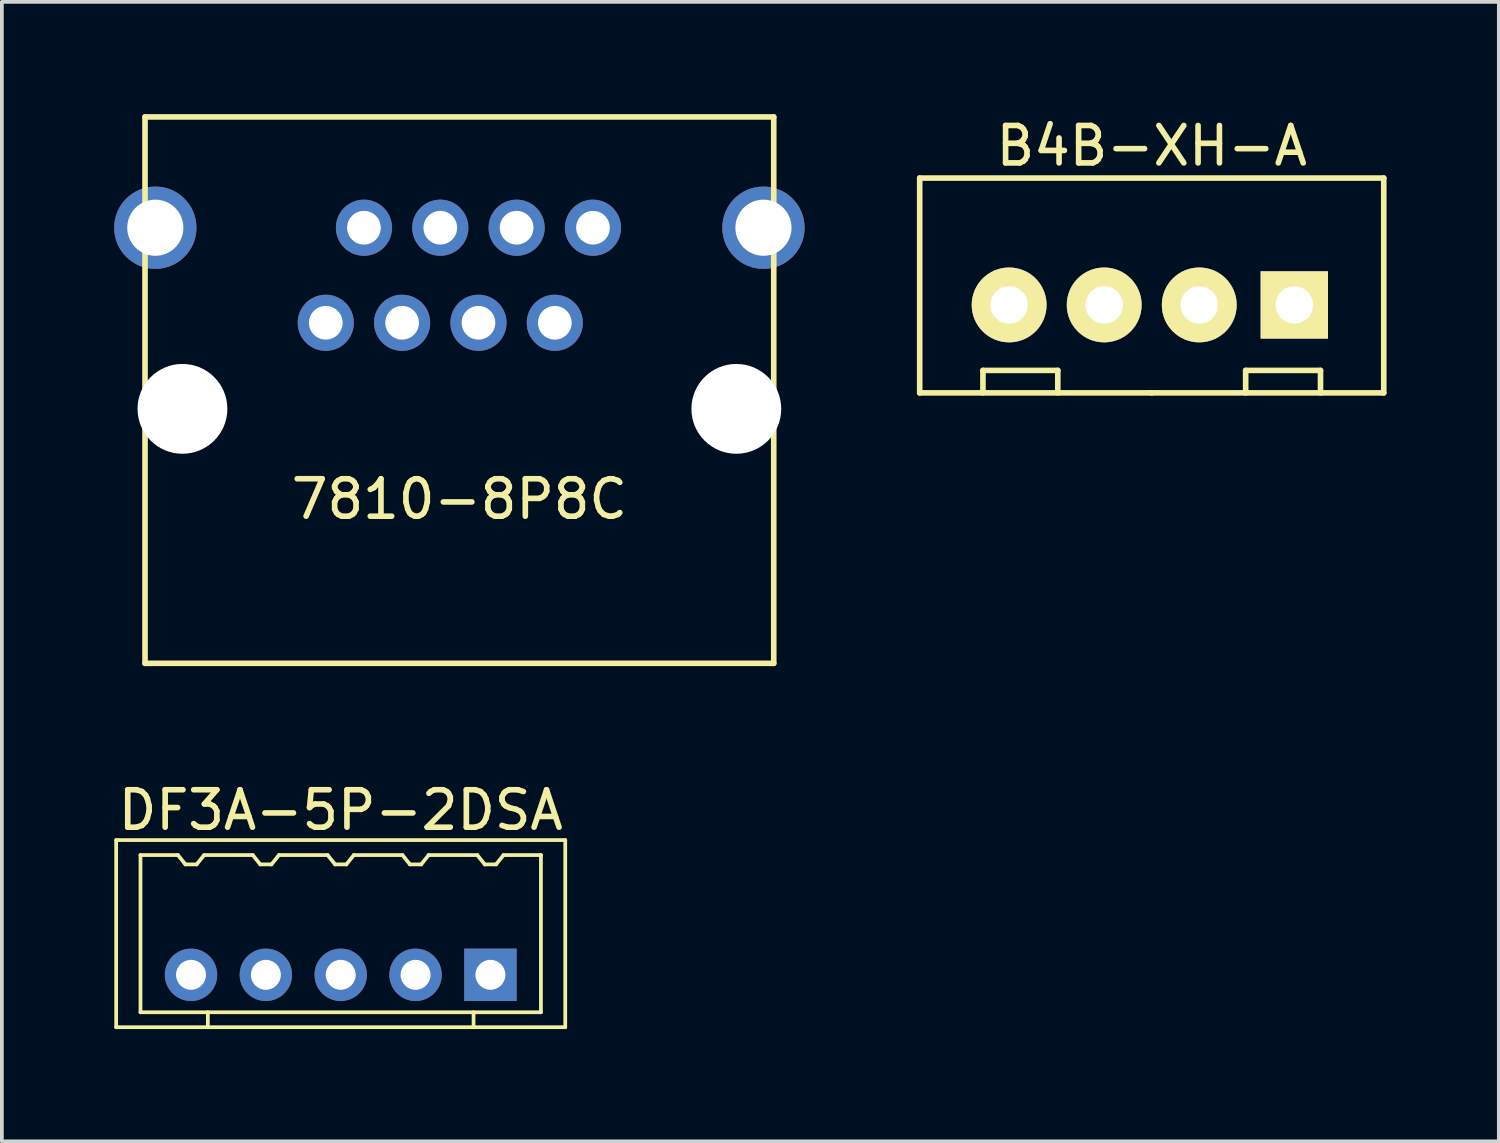
<source format=kicad_pcb>
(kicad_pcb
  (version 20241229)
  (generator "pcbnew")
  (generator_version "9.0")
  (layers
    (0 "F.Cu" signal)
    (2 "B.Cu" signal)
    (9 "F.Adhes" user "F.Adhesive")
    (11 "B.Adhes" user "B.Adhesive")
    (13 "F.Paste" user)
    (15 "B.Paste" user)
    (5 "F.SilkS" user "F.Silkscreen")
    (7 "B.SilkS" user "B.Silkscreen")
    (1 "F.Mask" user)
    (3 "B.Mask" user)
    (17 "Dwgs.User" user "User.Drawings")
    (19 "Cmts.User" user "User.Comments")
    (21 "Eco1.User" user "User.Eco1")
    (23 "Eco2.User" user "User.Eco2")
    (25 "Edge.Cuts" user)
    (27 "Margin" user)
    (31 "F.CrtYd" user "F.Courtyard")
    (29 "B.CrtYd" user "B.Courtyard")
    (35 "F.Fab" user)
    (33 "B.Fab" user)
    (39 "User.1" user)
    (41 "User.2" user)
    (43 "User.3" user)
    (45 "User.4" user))
  (footprint "7810-8P8C"
    (layer "F.Cu")
    (at 9.225 7.875)
    (property "Reference" "7810-8P8C" (at 0 2.413 0) (layer "F.SilkS") (effects (font (size 1 1) (thickness 0.15))))
    (attr through_hole)
    (fp_line (start -8.4 -7.8) (end -8.4 6.8) (stroke (width 0.15) (type solid)) (layer "F.SilkS"))
    (fp_line (start -8.4 6.8) (end 8.4 6.8) (stroke (width 0.15) (type solid)) (layer "F.SilkS"))
    (fp_line (start 8.4 -7.8) (end -8.4 -7.8) (stroke (width 0.15) (type solid)) (layer "F.SilkS"))
    (fp_line (start 8.4 6.8) (end 8.4 -7.8) (stroke (width 0.15) (type solid)) (layer "F.SilkS"))
    (pad "" np_thru_hole circle (at -7.4 0) (size 2.4 2.4) (drill 2.4) (layers "*.Cu" "*.Mask"))
    (pad "" np_thru_hole circle (at 7.4 0) (size 2.4 2.4) (drill 2.4) (layers "*.Cu" "*.Mask"))
    (pad "1" thru_hole circle (at -3.57 -2.3) (size 1.5 1.5) (drill 0.9) (layers "*.Cu" "*.Mask"))
    (pad "2" thru_hole circle (at -2.55 -4.84) (size 1.5 1.5) (drill 0.9) (layers "*.Cu" "*.Mask"))
    (pad "3" thru_hole circle (at -1.53 -2.3) (size 1.5 1.5) (drill 0.9) (layers "*.Cu" "*.Mask"))
    (pad "4" thru_hole circle (at -0.51 -4.84) (size 1.5 1.5) (drill 0.9) (layers "*.Cu" "*.Mask"))
    (pad "5" thru_hole circle (at 0.51 -2.3) (size 1.5 1.5) (drill 0.9) (layers "*.Cu" "*.Mask"))
    (pad "6" thru_hole circle (at 1.53 -4.84) (size 1.5 1.5) (drill 0.9) (layers "*.Cu" "*.Mask"))
    (pad "7" thru_hole circle (at 2.55 -2.3) (size 1.5 1.5) (drill 0.9) (layers "*.Cu" "*.Mask"))
    (pad "8" thru_hole circle (at 3.57 -4.84) (size 1.5 1.5) (drill 0.9) (layers "*.Cu" "*.Mask"))
    (pad "9" thru_hole circle (at -8.125 -4.84) (size 2.2 2.2) (drill 1.5) (layers "*.Cu" "*.Mask"))
    (pad "9" thru_hole circle (at 8.125 -4.84) (size 2.2 2.2) (drill 1.5) (layers "*.Cu" "*.Mask")))
  (footprint "DF3A-5P-2DSA"
    (layer "F.Cu")
    (at 6.054 22.998)
    (property "Reference" "DF3A-5P-2DSA" (at 0 -4.4 0) (layer "F.SilkS") (effects (font (size 1 1) (thickness 0.15))))
    (attr through_hole)
    (fp_line (start -6 -3.6) (end 6 -3.6) (stroke (width 0.1) (type solid)) (layer "F.SilkS"))
    (fp_line (start -6 1.4) (end -6 -3.6) (stroke (width 0.1) (type solid)) (layer "F.SilkS"))
    (fp_line (start -6 1.4) (end 6 1.4) (stroke (width 0.1) (type solid)) (layer "F.SilkS"))
    (fp_line (start -5.35 -3.2) (end -5.35 1) (stroke (width 0.1) (type solid)) (layer "F.SilkS"))
    (fp_line (start -5.35 1) (end 5.35 1) (stroke (width 0.1) (type solid)) (layer "F.SilkS"))
    (fp_line (start -4.35 -3.2) (end -5.35 -3.2) (stroke (width 0.1) (type solid)) (layer "F.SilkS"))
    (fp_line (start -4.35 -3.2) (end -4.15 -2.95) (stroke (width 0.1) (type solid)) (layer "F.SilkS"))
    (fp_line (start -4.15 -2.95) (end -3.85 -2.95) (stroke (width 0.1) (type solid)) (layer "F.SilkS"))
    (fp_line (start -3.85 -2.95) (end -3.65 -3.2) (stroke (width 0.1) (type solid)) (layer "F.SilkS"))
    (fp_line (start -3.55 1) (end -3.55 1.4) (stroke (width 0.1) (type solid)) (layer "F.SilkS"))
    (fp_line (start -2.35 -3.2) (end -3.65 -3.2) (stroke (width 0.1) (type solid)) (layer "F.SilkS"))
    (fp_line (start -2.35 -3.2) (end -2.15 -2.95) (stroke (width 0.1) (type solid)) (layer "F.SilkS"))
    (fp_line (start -2.15 -2.95) (end -1.85 -2.95) (stroke (width 0.1) (type solid)) (layer "F.SilkS"))
    (fp_line (start -1.85 -2.95) (end -1.65 -3.2) (stroke (width 0.1) (type solid)) (layer "F.SilkS"))
    (fp_line (start -0.35 -3.2) (end -1.65 -3.2) (stroke (width 0.1) (type solid)) (layer "F.SilkS"))
    (fp_line (start -0.35 -3.2) (end -0.15 -2.95) (stroke (width 0.1) (type solid)) (layer "F.SilkS"))
    (fp_line (start -0.15 -2.95) (end 0.15 -2.95) (stroke (width 0.1) (type solid)) (layer "F.SilkS"))
    (fp_line (start 0.15 -2.95) (end 0.35 -3.2) (stroke (width 0.1) (type solid)) (layer "F.SilkS"))
    (fp_line (start 1.65 -3.2) (end 0.35 -3.2) (stroke (width 0.1) (type solid)) (layer "F.SilkS"))
    (fp_line (start 1.65 -3.2) (end 1.85 -2.95) (stroke (width 0.1) (type solid)) (layer "F.SilkS"))
    (fp_line (start 1.85 -2.95) (end 2.15 -2.95) (stroke (width 0.1) (type solid)) (layer "F.SilkS"))
    (fp_line (start 2.15 -2.95) (end 2.35 -3.2) (stroke (width 0.1) (type solid)) (layer "F.SilkS"))
    (fp_line (start 3.55 1) (end 3.55 1.4) (stroke (width 0.1) (type solid)) (layer "F.SilkS"))
    (fp_line (start 3.65 -3.2) (end 2.35 -3.2) (stroke (width 0.1) (type solid)) (layer "F.SilkS"))
    (fp_line (start 3.65 -3.2) (end 3.85 -2.95) (stroke (width 0.1) (type solid)) (layer "F.SilkS"))
    (fp_line (start 3.85 -2.95) (end 4.15 -2.95) (stroke (width 0.1) (type solid)) (layer "F.SilkS"))
    (fp_line (start 4.15 -2.95) (end 4.35 -3.2) (stroke (width 0.1) (type solid)) (layer "F.SilkS"))
    (fp_line (start 5.35 -3.2) (end 4.35 -3.2) (stroke (width 0.1) (type solid)) (layer "F.SilkS"))
    (fp_line (start 5.35 1) (end 5.35 -3.2) (stroke (width 0.1) (type solid)) (layer "F.SilkS"))
    (fp_line (start 6 1.4) (end 6 -3.6) (stroke (width 0.1) (type solid)) (layer "F.SilkS"))
    (pad "1" thru_hole rect (at 4 0) (size 1.4 1.4) (drill 0.8) (layers "*.Cu" "*.Mask"))
    (pad "2" thru_hole circle (at 2 0) (size 1.4 1.4) (drill 0.8) (layers "*.Cu" "*.Mask"))
    (pad "3" thru_hole circle (at 0 0) (size 1.4 1.4) (drill 0.8) (layers "*.Cu" "*.Mask"))
    (pad "4" thru_hole circle (at -2 0) (size 1.4 1.4) (drill 0.8) (layers "*.Cu" "*.Mask"))
    (pad "5" thru_hole circle (at -4 0) (size 1.4 1.4) (drill 0.8) (layers "*.Cu" "*.Mask")))
  (footprint "B4B-XH-A"
    (layer "F.Cu")
    (at 27.725 5.098)
    (property "Reference" "B4B-XH-A" (at 0 -4.25 0) (layer "F.SilkS") (effects (font (size 1 1) (thickness 0.15))))
    (attr through_hole)
    (fp_line (start -6.2 -3.39) (end 6.2 -3.39) (stroke (width 0.15) (type solid)) (layer "F.SilkS"))
    (fp_line (start -6.2 2.35) (end -6.2 -3.39) (stroke (width 0.15) (type solid)) (layer "F.SilkS"))
    (fp_line (start -4.51 1.75) (end -2.51 1.75) (stroke (width 0.15) (type solid)) (layer "F.SilkS"))
    (fp_line (start -4.51 2.35) (end -4.51 1.75) (stroke (width 0.15) (type solid)) (layer "F.SilkS"))
    (fp_line (start -2.51 1.75) (end -2.51 2.35) (stroke (width 0.15) (type solid)) (layer "F.SilkS"))
    (fp_line (start 0 2.35) (end -6.2 2.35) (stroke (width 0.15) (type solid)) (layer "F.SilkS"))
    (fp_line (start 0 2.35) (end 6.2 2.35) (stroke (width 0.15) (type solid)) (layer "F.SilkS"))
    (fp_line (start 2.51 1.75) (end 2.51 2.35) (stroke (width 0.15) (type solid)) (layer "F.SilkS"))
    (fp_line (start 4.51 1.75) (end 2.51 1.75) (stroke (width 0.15) (type solid)) (layer "F.SilkS"))
    (fp_line (start 4.51 2.35) (end 4.51 1.75) (stroke (width 0.15) (type solid)) (layer "F.SilkS"))
    (fp_line (start 6.2 2.35) (end 6.2 -3.39) (stroke (width 0.15) (type solid)) (layer "F.SilkS"))
    (pad "1" thru_hole rect (at 3.81 0) (size 1.8 1.8) (drill 1) (layers "*.Cu" "*.Mask" "F.SilkS"))
    (pad "2" thru_hole circle (at 1.27 0) (size 2 2) (drill 1) (layers "*.Cu" "*.Mask" "F.SilkS"))
    (pad "3" thru_hole circle (at -1.27 0) (size 2 2) (drill 1) (layers "*.Cu" "*.Mask" "F.SilkS"))
    (pad "4" thru_hole circle (at -3.81 0) (size 2 2) (drill 1) (layers "*.Cu" "*.Mask" "F.SilkS")))
  (gr_rect
    (start -3 -3)
    (end 37 27.448)
    (stroke (width 0.1) (type default))
    (fill no)
    (layer "Edge.Cuts")))
</source>
